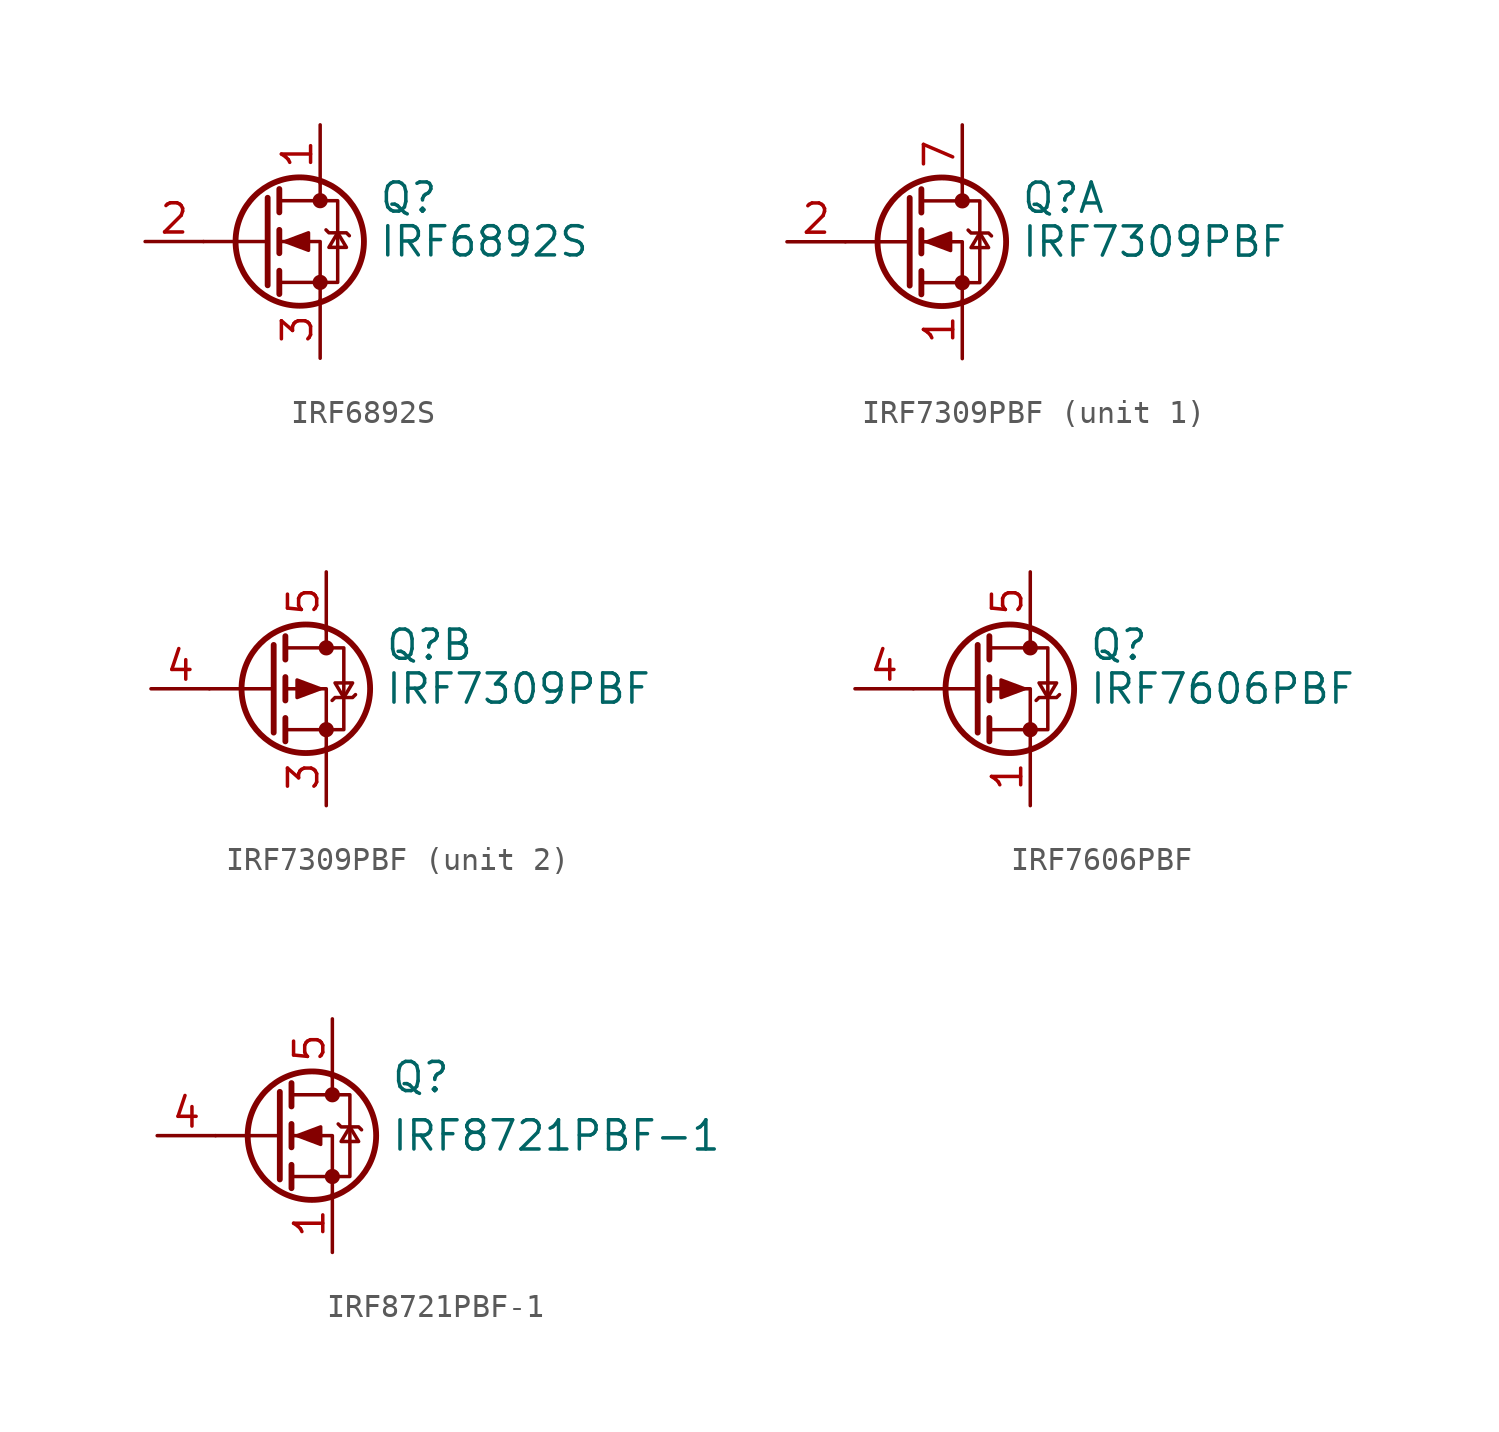
<source format=kicad_sym>
(kicad_symbol_lib
  (version 20241209)
  (generator "kicad_symbol_editor")
  (generator_version "9.0")
  (symbol "IRF6892S"
    (pin_names
      (hide yes))
    (property "Reference" "Q"
      (at 5.08 1.905 0)
      (effects (font (size 1.27 1.27)) (justify left)))
    (property "Value" "IRF6892S"
      (at 5.08 0 0)
      (effects (font (size 1.27 1.27)) (justify left)))
    (symbol "IRF6892S_0_1"
      (polyline (pts (xy 0.254 1.905) (xy 0.254 -1.905)) (stroke (width 0.254) (type default)) (fill (type none)))
      (polyline (pts (xy 0.254 0) (xy -2.54 0)) (stroke (width 0) (type default)) (fill (type none)))
      (polyline (pts (xy 0.762 2.286) (xy 0.762 1.27)) (stroke (width 0.254) (type default)) (fill (type none)))
      (polyline (pts (xy 0.762 0.508) (xy 0.762 -0.508)) (stroke (width 0.254) (type default)) (fill (type none)))
      (polyline (pts (xy 0.762 -1.27) (xy 0.762 -2.286)) (stroke (width 0.254) (type default)) (fill (type none)))
      (polyline (pts (xy 0.762 -1.778) (xy 3.302 -1.778) (xy 3.302 1.778) (xy 0.762 1.778)) (stroke (width 0) (type default)) (fill (type none)))
      (polyline (pts (xy 1.016 0) (xy 2.032 0.381) (xy 2.032 -0.381) (xy 1.016 0)) (stroke (width 0) (type default)) (fill (type outline)))
      (circle (center 1.651 0) (radius 2.794) (stroke (width 0.254) (type default)) (fill (type none)))
      (polyline (pts (xy 2.54 2.54) (xy 2.54 1.778)) (stroke (width 0) (type default)) (fill (type none)))
      (circle (center 2.54 1.778) (radius 0.254) (stroke (width 0) (type default)) (fill (type outline)))
      (circle (center 2.54 -1.778) (radius 0.254) (stroke (width 0) (type default)) (fill (type outline)))
      (polyline (pts (xy 2.54 -2.54) (xy 2.54 0) (xy 0.762 0)) (stroke (width 0) (type default)) (fill (type none)))
      (polyline (pts (xy 2.794 0.508) (xy 2.921 0.381) (xy 3.683 0.381) (xy 3.81 0.254)) (stroke (width 0) (type default)) (fill (type none)))
      (polyline (pts (xy 3.302 0.381) (xy 2.921 -0.254) (xy 3.683 -0.254) (xy 3.302 0.381)) (stroke (width 0) (type default)) (fill (type none))))
    (symbol "IRF6892S_1_1"
      (pin input line (at -5.08 0 0) (length 2.54) (name "G" (effects (font (size 1.27 1.27)))) (number "2" (effects (font (size 1.27 1.27)))))
      (pin passive line (at 2.54 5.08 270) (length 2.54) (name "D" (effects (font (size 1.27 1.27)))) (number "1" (effects (font (size 1.27 1.27)))))
      (pin passive line (at 2.54 -5.08 90) (length 2.54) (name "S" (effects (font (size 1.27 1.27)))) (number "3" (effects (font (size 1.27 1.27)))))))
  (symbol "IRF7309PBF"
    (pin_names
      (hide yes))
    (property "Reference" "Q"
      (at 5.08 1.905 0)
      (effects (font (size 1.27 1.27)) (justify left)))
    (property "Value" "IRF7309PBF"
      (at 5.08 0 0)
      (effects (font (size 1.27 1.27)) (justify left)))
    (symbol "IRF7309PBF_0_1"
      (polyline (pts (xy 0.254 1.905) (xy 0.254 -1.905)) (stroke (width 0.254) (type default)) (fill (type none)))
      (polyline (pts (xy 0.254 0) (xy -2.54 0)) (stroke (width 0) (type default)) (fill (type none)))
      (polyline (pts (xy 0.762 2.286) (xy 0.762 1.27)) (stroke (width 0.254) (type default)) (fill (type none)))
      (polyline (pts (xy 0.762 0.508) (xy 0.762 -0.508)) (stroke (width 0.254) (type default)) (fill (type none)))
      (polyline (pts (xy 0.762 -1.27) (xy 0.762 -2.286)) (stroke (width 0.254) (type default)) (fill (type none)))
      (polyline (pts (xy 0.762 -1.778) (xy 3.302 -1.778) (xy 3.302 1.778) (xy 0.762 1.778)) (stroke (width 0) (type default)) (fill (type none)))
      (circle (center 1.651 0) (radius 2.794) (stroke (width 0.254) (type default)) (fill (type none)))
      (polyline (pts (xy 2.54 2.54) (xy 2.54 1.778)) (stroke (width 0) (type default)) (fill (type none)))
      (circle (center 2.54 1.778) (radius 0.254) (stroke (width 0) (type default)) (fill (type outline)))
      (circle (center 2.54 -1.778) (radius 0.254) (stroke (width 0) (type default)) (fill (type outline)))
      (polyline (pts (xy 2.54 -2.54) (xy 2.54 0) (xy 0.762 0)) (stroke (width 0) (type default)) (fill (type none))))
    (symbol "IRF7309PBF_1_1"
      (polyline (pts (xy 1.016 0) (xy 2.032 0.381) (xy 2.032 -0.381) (xy 1.016 0)) (stroke (width 0) (type default)) (fill (type outline)))
      (polyline (pts (xy 2.794 0.508) (xy 2.921 0.381) (xy 3.683 0.381) (xy 3.81 0.254)) (stroke (width 0) (type default)) (fill (type none)))
      (polyline (pts (xy 3.302 0.381) (xy 2.921 -0.254) (xy 3.683 -0.254) (xy 3.302 0.381)) (stroke (width 0) (type default)) (fill (type none)))
      (pin input line (at -5.08 0 0) (length 2.54) (name "G1" (effects (font (size 1.27 1.27)))) (number "2" (effects (font (size 1.27 1.27)))))
      (pin passive line (at 2.54 5.08 270) (length 2.54) (name "D1" (effects (font (size 1.27 1.27)))) (number "7" (effects (font (size 1.27 1.27)))))
      (pin passive line (at 2.54 5.08 270) (length 2.54) (hide yes) (name "D1" (effects (font (size 1.27 1.27)))) (number "8" (effects (font (size 1.27 1.27)))))
      (pin passive line (at 2.54 -5.08 90) (length 2.54) (name "S1" (effects (font (size 1.27 1.27)))) (number "1" (effects (font (size 1.27 1.27))))))
    (symbol "IRF7309PBF_2_1"
      (polyline (pts (xy 2.286 0) (xy 1.27 0.381) (xy 1.27 -0.381) (xy 2.286 0)) (stroke (width 0) (type default)) (fill (type outline)))
      (polyline (pts (xy 2.794 -0.508) (xy 2.921 -0.381) (xy 3.683 -0.381) (xy 3.81 -0.254)) (stroke (width 0) (type default)) (fill (type none)))
      (polyline (pts (xy 3.302 -0.381) (xy 2.921 0.254) (xy 3.683 0.254) (xy 3.302 -0.381)) (stroke (width 0) (type default)) (fill (type none)))
      (pin input line (at -5.08 0 0) (length 2.54) (name "G2" (effects (font (size 1.27 1.27)))) (number "4" (effects (font (size 1.27 1.27)))))
      (pin passive line (at 2.54 5.08 270) (length 2.54) (name "D2" (effects (font (size 1.27 1.27)))) (number "5" (effects (font (size 1.27 1.27)))))
      (pin passive line (at 2.54 5.08 270) (length 2.54) (hide yes) (name "D2" (effects (font (size 1.27 1.27)))) (number "6" (effects (font (size 1.27 1.27)))))
      (pin passive line (at 2.54 -5.08 90) (length 2.54) (name "S2" (effects (font (size 1.27 1.27)))) (number "3" (effects (font (size 1.27 1.27)))))))
  (symbol "IRF7606PBF"
    (pin_names
      (hide yes))
    (property "Reference" "Q"
      (at 5.08 1.905 0)
      (effects (font (size 1.27 1.27)) (justify left)))
    (property "Value" "IRF7606PBF"
      (at 5.08 0 0)
      (effects (font (size 1.27 1.27)) (justify left)))
    (symbol "IRF7606PBF_0_1"
      (polyline (pts (xy 0.254 1.905) (xy 0.254 -1.905)) (stroke (width 0.254) (type default)) (fill (type none)))
      (polyline (pts (xy 0.254 0) (xy -2.54 0)) (stroke (width 0) (type default)) (fill (type none)))
      (polyline (pts (xy 0.762 2.286) (xy 0.762 1.27)) (stroke (width 0.254) (type default)) (fill (type none)))
      (polyline (pts (xy 0.762 1.778) (xy 3.302 1.778) (xy 3.302 -1.778) (xy 0.762 -1.778)) (stroke (width 0) (type default)) (fill (type none)))
      (polyline (pts (xy 0.762 0.508) (xy 0.762 -0.508)) (stroke (width 0.254) (type default)) (fill (type none)))
      (polyline (pts (xy 0.762 -1.27) (xy 0.762 -2.286)) (stroke (width 0.254) (type default)) (fill (type none)))
      (circle (center 1.651 0) (radius 2.794) (stroke (width 0.254) (type default)) (fill (type none)))
      (polyline (pts (xy 2.286 0) (xy 1.27 0.381) (xy 1.27 -0.381) (xy 2.286 0)) (stroke (width 0) (type default)) (fill (type outline)))
      (polyline (pts (xy 2.54 2.54) (xy 2.54 1.778)) (stroke (width 0) (type default)) (fill (type none)))
      (circle (center 2.54 1.778) (radius 0.254) (stroke (width 0) (type default)) (fill (type outline)))
      (circle (center 2.54 -1.778) (radius 0.254) (stroke (width 0) (type default)) (fill (type outline)))
      (polyline (pts (xy 2.54 -2.54) (xy 2.54 0) (xy 0.762 0)) (stroke (width 0) (type default)) (fill (type none)))
      (polyline (pts (xy 2.794 -0.508) (xy 2.921 -0.381) (xy 3.683 -0.381) (xy 3.81 -0.254)) (stroke (width 0) (type default)) (fill (type none)))
      (polyline (pts (xy 3.302 -0.381) (xy 2.921 0.254) (xy 3.683 0.254) (xy 3.302 -0.381)) (stroke (width 0) (type default)) (fill (type none))))
    (symbol "IRF7606PBF_1_1"
      (pin passive line (at -5.08 0 0) (length 2.54) (name "G" (effects (font (size 1.27 1.27)))) (number "4" (effects (font (size 1.27 1.27)))))
      (pin passive line (at 2.54 5.08 270) (length 2.54) (name "D" (effects (font (size 1.27 1.27)))) (number "5" (effects (font (size 1.27 1.27)))))
      (pin passive line (at 2.54 5.08 270) (length 2.54) (hide yes) (name "D" (effects (font (size 1.27 1.27)))) (number "6" (effects (font (size 1.27 1.27)))))
      (pin passive line (at 2.54 5.08 270) (length 2.54) (hide yes) (name "D" (effects (font (size 1.27 1.27)))) (number "7" (effects (font (size 1.27 1.27)))))
      (pin passive line (at 2.54 5.08 270) (length 2.54) (hide yes) (name "D" (effects (font (size 1.27 1.27)))) (number "8" (effects (font (size 1.27 1.27)))))
      (pin passive line (at 2.54 -5.08 90) (length 2.54) (name "S" (effects (font (size 1.27 1.27)))) (number "1" (effects (font (size 1.27 1.27)))))
      (pin passive line (at 2.54 -5.08 90) (length 2.54) (hide yes) (name "S" (effects (font (size 1.27 1.27)))) (number "2" (effects (font (size 1.27 1.27)))))
      (pin passive line (at 2.54 -5.08 90) (length 2.54) (hide yes) (name "S" (effects (font (size 1.27 1.27)))) (number "3" (effects (font (size 1.27 1.27)))))))
  (symbol "IRF8721PBF-1"
    (pin_names
      (hide yes))
    (property "Reference" "Q"
      (at 5.08 2.54 0)
      (effects (font (size 1.27 1.27)) (justify left)))
    (property "Value" "IRF8721PBF-1"
      (at 5.08 0 0)
      (effects (font (size 1.27 1.27)) (justify left)))
    (symbol "IRF8721PBF-1_0_1"
      (polyline (pts (xy 0.254 1.905) (xy 0.254 -1.905)) (stroke (width 0.254) (type default)) (fill (type none)))
      (polyline (pts (xy 0.254 0) (xy -2.54 0)) (stroke (width 0) (type default)) (fill (type none)))
      (polyline (pts (xy 0.762 2.286) (xy 0.762 1.27)) (stroke (width 0.254) (type default)) (fill (type none)))
      (polyline (pts (xy 0.762 0.508) (xy 0.762 -0.508)) (stroke (width 0.254) (type default)) (fill (type none)))
      (polyline (pts (xy 0.762 -1.27) (xy 0.762 -2.286)) (stroke (width 0.254) (type default)) (fill (type none)))
      (polyline (pts (xy 0.762 -1.778) (xy 3.302 -1.778) (xy 3.302 1.778) (xy 0.762 1.778)) (stroke (width 0) (type default)) (fill (type none)))
      (polyline (pts (xy 1.016 0) (xy 2.032 0.381) (xy 2.032 -0.381) (xy 1.016 0)) (stroke (width 0) (type default)) (fill (type outline)))
      (circle (center 1.651 0) (radius 2.794) (stroke (width 0.254) (type default)) (fill (type none)))
      (polyline (pts (xy 2.54 2.54) (xy 2.54 1.778)) (stroke (width 0) (type default)) (fill (type none)))
      (circle (center 2.54 1.778) (radius 0.254) (stroke (width 0) (type default)) (fill (type outline)))
      (circle (center 2.54 -1.778) (radius 0.254) (stroke (width 0) (type default)) (fill (type outline)))
      (polyline (pts (xy 2.54 -2.54) (xy 2.54 0) (xy 0.762 0)) (stroke (width 0) (type default)) (fill (type none)))
      (polyline (pts (xy 2.794 0.508) (xy 2.921 0.381) (xy 3.683 0.381) (xy 3.81 0.254)) (stroke (width 0) (type default)) (fill (type none)))
      (polyline (pts (xy 3.302 0.381) (xy 2.921 -0.254) (xy 3.683 -0.254) (xy 3.302 0.381)) (stroke (width 0) (type default)) (fill (type none))))
    (symbol "IRF8721PBF-1_1_1"
      (pin input line (at -5.08 0 0) (length 2.54) (name "G" (effects (font (size 1.27 1.27)))) (number "4" (effects (font (size 1.27 1.27)))))
      (pin passive line (at 2.54 5.08 270) (length 2.54) (name "D" (effects (font (size 1.27 1.27)))) (number "5" (effects (font (size 1.27 1.27)))))
      (pin passive line (at 2.54 5.08 270) (length 2.54) (hide yes) (name "D" (effects (font (size 1.27 1.27)))) (number "6" (effects (font (size 1.27 1.27)))))
      (pin passive line (at 2.54 5.08 270) (length 2.54) (hide yes) (name "D" (effects (font (size 1.27 1.27)))) (number "7" (effects (font (size 1.27 1.27)))))
      (pin passive line (at 2.54 5.08 270) (length 2.54) (hide yes) (name "D" (effects (font (size 1.27 1.27)))) (number "8" (effects (font (size 1.27 1.27)))))
      (pin passive line (at 2.54 -5.08 90) (length 2.54) (name "S" (effects (font (size 1.27 1.27)))) (number "1" (effects (font (size 1.27 1.27)))))
      (pin passive line (at 2.54 -5.08 90) (length 2.54) (hide yes) (name "S" (effects (font (size 1.27 1.27)))) (number "2" (effects (font (size 1.27 1.27)))))
      (pin passive line (at 2.54 -5.08 90) (length 2.54) (hide yes) (name "S" (effects (font (size 1.27 1.27)))) (number "3" (effects (font (size 1.27 1.27))))))))
</source>
